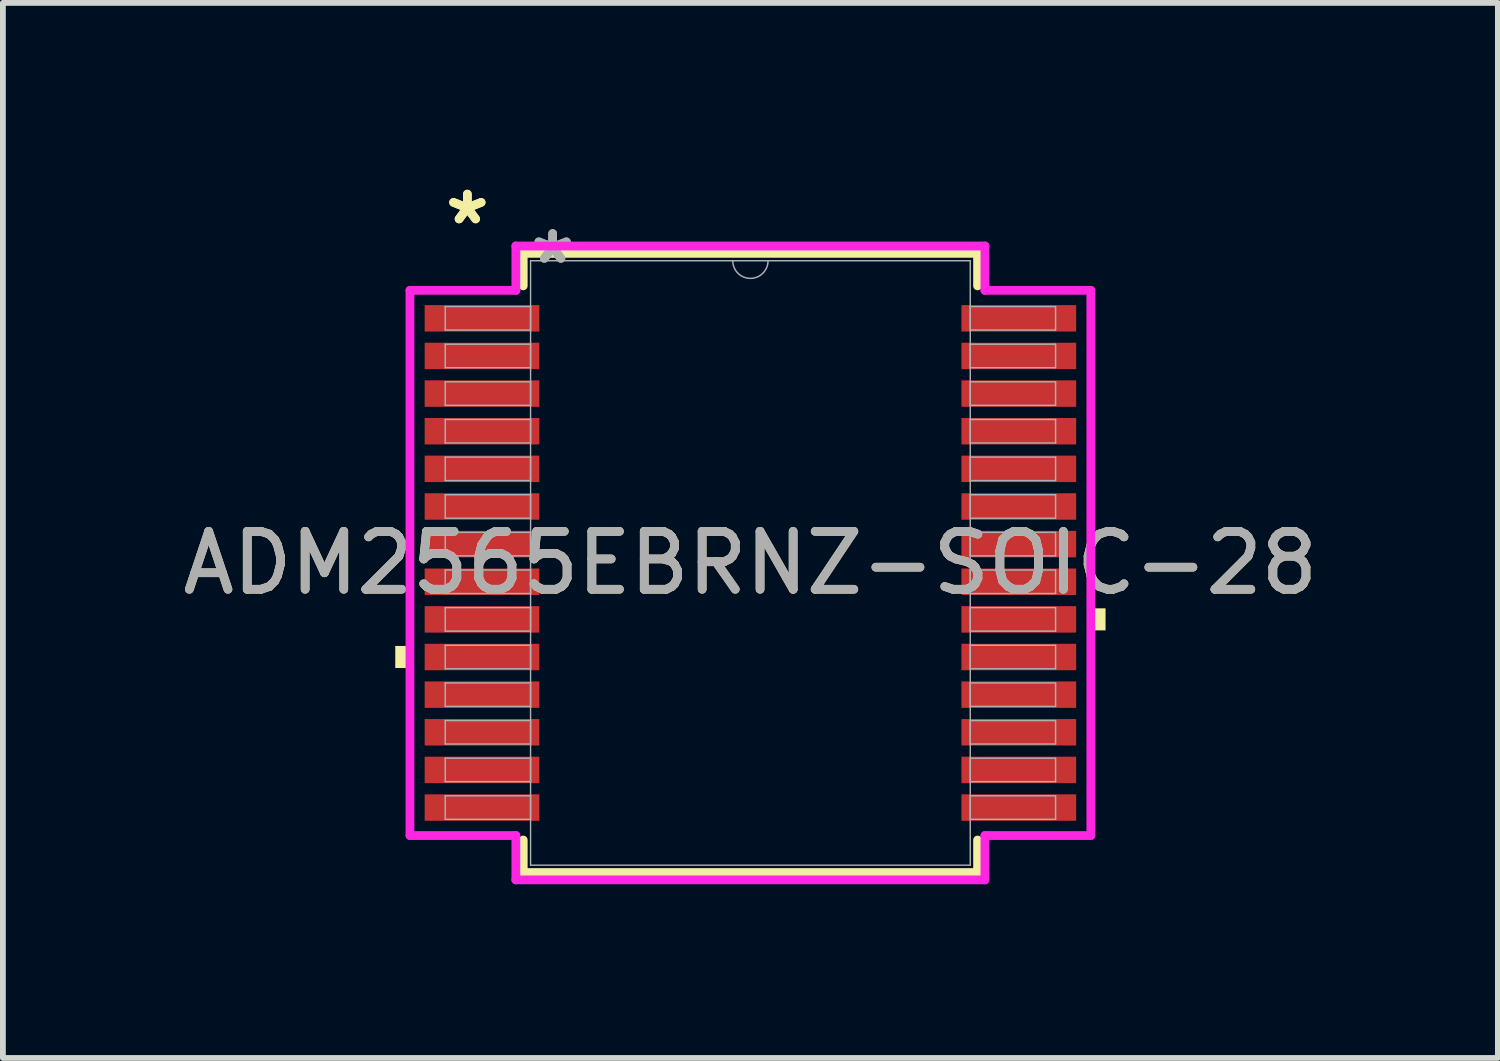
<source format=kicad_pcb>
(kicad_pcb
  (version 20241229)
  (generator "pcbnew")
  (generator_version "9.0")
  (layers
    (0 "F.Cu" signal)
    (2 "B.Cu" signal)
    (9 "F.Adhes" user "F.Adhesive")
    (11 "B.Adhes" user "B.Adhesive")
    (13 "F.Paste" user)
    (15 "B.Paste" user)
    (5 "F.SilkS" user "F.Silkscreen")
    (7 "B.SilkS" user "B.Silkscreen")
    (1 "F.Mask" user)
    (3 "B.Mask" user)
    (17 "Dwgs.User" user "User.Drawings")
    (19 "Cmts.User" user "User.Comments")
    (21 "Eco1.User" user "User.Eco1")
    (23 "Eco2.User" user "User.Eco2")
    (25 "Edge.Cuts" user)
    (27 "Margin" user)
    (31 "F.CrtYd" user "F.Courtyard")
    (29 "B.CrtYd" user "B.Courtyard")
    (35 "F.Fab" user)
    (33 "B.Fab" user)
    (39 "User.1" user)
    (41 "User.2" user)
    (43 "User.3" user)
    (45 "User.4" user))
  (footprint "ADM2565EBRNZ-SOIC-28"
    (layer "F.Cu")
    (at 9.911 6.673)
    (property "Reference" "ADM2565EBRNZ-SOIC-28" (at 0 0 0) (unlocked yes) (layer "F.SilkS") (effects (font (size 1 1) (thickness 0.15))))
    (attr smd)
    (fp_line (start -3.924 -5.347) (end -3.924 -4.786) (stroke (width 0.152) (type solid)) (layer "F.SilkS"))
    (fp_line (start -3.924 4.786) (end -3.924 5.347) (stroke (width 0.152) (type solid)) (layer "F.SilkS"))
    (fp_line (start -3.924 5.347) (end 3.924 5.347) (stroke (width 0.152) (type solid)) (layer "F.SilkS"))
    (fp_line (start 3.924 -5.347) (end -3.924 -5.347) (stroke (width 0.152) (type solid)) (layer "F.SilkS"))
    (fp_line (start 3.924 -4.786) (end 3.924 -5.347) (stroke (width 0.152) (type solid)) (layer "F.SilkS"))
    (fp_line (start 3.924 5.347) (end 3.924 4.786) (stroke (width 0.152) (type solid)) (layer "F.SilkS"))
    (fp_poly (pts (xy -6.134 1.434) (xy -6.134 1.815) (xy -5.88 1.815) (xy -5.88 1.434)) (stroke (width 0) (type solid)) (fill yes) (layer "F.SilkS"))
    (fp_poly (pts (xy 6.134 0.784) (xy 6.134 1.165) (xy 5.88 1.165) (xy 5.88 0.784)) (stroke (width 0) (type solid)) (fill yes) (layer "F.SilkS"))
    (fp_line (start -5.88 -4.708) (end -4.051 -4.708) (stroke (width 0.152) (type solid)) (layer "F.CrtYd"))
    (fp_line (start -5.88 4.708) (end -5.88 -4.708) (stroke (width 0.152) (type solid)) (layer "F.CrtYd"))
    (fp_line (start -5.88 4.708) (end -4.051 4.708) (stroke (width 0.152) (type solid)) (layer "F.CrtYd"))
    (fp_line (start -4.051 -5.474) (end 4.051 -5.474) (stroke (width 0.152) (type solid)) (layer "F.CrtYd"))
    (fp_line (start -4.051 -4.708) (end -4.051 -5.474) (stroke (width 0.152) (type solid)) (layer "F.CrtYd"))
    (fp_line (start -4.051 5.474) (end -4.051 4.708) (stroke (width 0.152) (type solid)) (layer "F.CrtYd"))
    (fp_line (start 4.051 -5.474) (end 4.051 -4.708) (stroke (width 0.152) (type solid)) (layer "F.CrtYd"))
    (fp_line (start 4.051 4.708) (end 4.051 5.474) (stroke (width 0.152) (type solid)) (layer "F.CrtYd"))
    (fp_line (start 4.051 5.474) (end -4.051 5.474) (stroke (width 0.152) (type solid)) (layer "F.CrtYd"))
    (fp_line (start 5.88 -4.708) (end 4.051 -4.708) (stroke (width 0.152) (type solid)) (layer "F.CrtYd"))
    (fp_line (start 5.88 -4.708) (end 5.88 4.708) (stroke (width 0.152) (type solid)) (layer "F.CrtYd"))
    (fp_line (start 5.88 4.708) (end 4.051 4.708) (stroke (width 0.152) (type solid)) (layer "F.CrtYd"))
    (fp_line (start -5.271 -4.428) (end -5.271 -4.022) (stroke (width 0.025) (type solid)) (layer "F.Fab"))
    (fp_line (start -5.271 -4.022) (end -3.797 -4.022) (stroke (width 0.025) (type solid)) (layer "F.Fab"))
    (fp_line (start -5.271 -3.778) (end -5.271 -3.372) (stroke (width 0.025) (type solid)) (layer "F.Fab"))
    (fp_line (start -5.271 -3.372) (end -3.797 -3.372) (stroke (width 0.025) (type solid)) (layer "F.Fab"))
    (fp_line (start -5.271 -3.128) (end -5.271 -2.722) (stroke (width 0.025) (type solid)) (layer "F.Fab"))
    (fp_line (start -5.271 -2.722) (end -3.797 -2.722) (stroke (width 0.025) (type solid)) (layer "F.Fab"))
    (fp_line (start -5.271 -2.478) (end -5.271 -2.072) (stroke (width 0.025) (type solid)) (layer "F.Fab"))
    (fp_line (start -5.271 -2.072) (end -3.797 -2.072) (stroke (width 0.025) (type solid)) (layer "F.Fab"))
    (fp_line (start -5.271 -1.828) (end -5.271 -1.422) (stroke (width 0.025) (type solid)) (layer "F.Fab"))
    (fp_line (start -5.271 -1.422) (end -3.797 -1.422) (stroke (width 0.025) (type solid)) (layer "F.Fab"))
    (fp_line (start -5.271 -1.178) (end -5.271 -0.772) (stroke (width 0.025) (type solid)) (layer "F.Fab"))
    (fp_line (start -5.271 -0.772) (end -3.797 -0.772) (stroke (width 0.025) (type solid)) (layer "F.Fab"))
    (fp_line (start -5.271 -0.528) (end -5.271 -0.122) (stroke (width 0.025) (type solid)) (layer "F.Fab"))
    (fp_line (start -5.271 -0.122) (end -3.797 -0.122) (stroke (width 0.025) (type solid)) (layer "F.Fab"))
    (fp_line (start -5.271 0.122) (end -5.271 0.528) (stroke (width 0.025) (type solid)) (layer "F.Fab"))
    (fp_line (start -5.271 0.528) (end -3.797 0.528) (stroke (width 0.025) (type solid)) (layer "F.Fab"))
    (fp_line (start -5.271 0.772) (end -5.271 1.178) (stroke (width 0.025) (type solid)) (layer "F.Fab"))
    (fp_line (start -5.271 1.178) (end -3.797 1.178) (stroke (width 0.025) (type solid)) (layer "F.Fab"))
    (fp_line (start -5.271 1.422) (end -5.271 1.828) (stroke (width 0.025) (type solid)) (layer "F.Fab"))
    (fp_line (start -5.271 1.828) (end -3.797 1.828) (stroke (width 0.025) (type solid)) (layer "F.Fab"))
    (fp_line (start -5.271 2.072) (end -5.271 2.478) (stroke (width 0.025) (type solid)) (layer "F.Fab"))
    (fp_line (start -5.271 2.478) (end -3.797 2.478) (stroke (width 0.025) (type solid)) (layer "F.Fab"))
    (fp_line (start -5.271 2.722) (end -5.271 3.128) (stroke (width 0.025) (type solid)) (layer "F.Fab"))
    (fp_line (start -5.271 3.128) (end -3.797 3.128) (stroke (width 0.025) (type solid)) (layer "F.Fab"))
    (fp_line (start -5.271 3.372) (end -5.271 3.778) (stroke (width 0.025) (type solid)) (layer "F.Fab"))
    (fp_line (start -5.271 3.778) (end -3.797 3.778) (stroke (width 0.025) (type solid)) (layer "F.Fab"))
    (fp_line (start -5.271 4.022) (end -5.271 4.428) (stroke (width 0.025) (type solid)) (layer "F.Fab"))
    (fp_line (start -5.271 4.428) (end -3.797 4.428) (stroke (width 0.025) (type solid)) (layer "F.Fab"))
    (fp_line (start -3.797 -5.22) (end -3.797 5.22) (stroke (width 0.025) (type solid)) (layer "F.Fab"))
    (fp_line (start -3.797 -4.428) (end -5.271 -4.428) (stroke (width 0.025) (type solid)) (layer "F.Fab"))
    (fp_line (start -3.797 -4.022) (end -3.797 -4.428) (stroke (width 0.025) (type solid)) (layer "F.Fab"))
    (fp_line (start -3.797 -3.778) (end -5.271 -3.778) (stroke (width 0.025) (type solid)) (layer "F.Fab"))
    (fp_line (start -3.797 -3.372) (end -3.797 -3.778) (stroke (width 0.025) (type solid)) (layer "F.Fab"))
    (fp_line (start -3.797 -3.128) (end -5.271 -3.128) (stroke (width 0.025) (type solid)) (layer "F.Fab"))
    (fp_line (start -3.797 -2.722) (end -3.797 -3.128) (stroke (width 0.025) (type solid)) (layer "F.Fab"))
    (fp_line (start -3.797 -2.478) (end -5.271 -2.478) (stroke (width 0.025) (type solid)) (layer "F.Fab"))
    (fp_line (start -3.797 -2.072) (end -3.797 -2.478) (stroke (width 0.025) (type solid)) (layer "F.Fab"))
    (fp_line (start -3.797 -1.828) (end -5.271 -1.828) (stroke (width 0.025) (type solid)) (layer "F.Fab"))
    (fp_line (start -3.797 -1.422) (end -3.797 -1.828) (stroke (width 0.025) (type solid)) (layer "F.Fab"))
    (fp_line (start -3.797 -1.178) (end -5.271 -1.178) (stroke (width 0.025) (type solid)) (layer "F.Fab"))
    (fp_line (start -3.797 -0.772) (end -3.797 -1.178) (stroke (width 0.025) (type solid)) (layer "F.Fab"))
    (fp_line (start -3.797 -0.528) (end -5.271 -0.528) (stroke (width 0.025) (type solid)) (layer "F.Fab"))
    (fp_line (start -3.797 -0.122) (end -3.797 -0.528) (stroke (width 0.025) (type solid)) (layer "F.Fab"))
    (fp_line (start -3.797 0.122) (end -5.271 0.122) (stroke (width 0.025) (type solid)) (layer "F.Fab"))
    (fp_line (start -3.797 0.528) (end -3.797 0.122) (stroke (width 0.025) (type solid)) (layer "F.Fab"))
    (fp_line (start -3.797 0.772) (end -5.271 0.772) (stroke (width 0.025) (type solid)) (layer "F.Fab"))
    (fp_line (start -3.797 1.178) (end -3.797 0.772) (stroke (width 0.025) (type solid)) (layer "F.Fab"))
    (fp_line (start -3.797 1.422) (end -5.271 1.422) (stroke (width 0.025) (type solid)) (layer "F.Fab"))
    (fp_line (start -3.797 1.828) (end -3.797 1.422) (stroke (width 0.025) (type solid)) (layer "F.Fab"))
    (fp_line (start -3.797 2.072) (end -5.271 2.072) (stroke (width 0.025) (type solid)) (layer "F.Fab"))
    (fp_line (start -3.797 2.478) (end -3.797 2.072) (stroke (width 0.025) (type solid)) (layer "F.Fab"))
    (fp_line (start -3.797 2.722) (end -5.271 2.722) (stroke (width 0.025) (type solid)) (layer "F.Fab"))
    (fp_line (start -3.797 3.128) (end -3.797 2.722) (stroke (width 0.025) (type solid)) (layer "F.Fab"))
    (fp_line (start -3.797 3.372) (end -5.271 3.372) (stroke (width 0.025) (type solid)) (layer "F.Fab"))
    (fp_line (start -3.797 3.778) (end -3.797 3.372) (stroke (width 0.025) (type solid)) (layer "F.Fab"))
    (fp_line (start -3.797 4.022) (end -5.271 4.022) (stroke (width 0.025) (type solid)) (layer "F.Fab"))
    (fp_line (start -3.797 4.428) (end -3.797 4.022) (stroke (width 0.025) (type solid)) (layer "F.Fab"))
    (fp_line (start -3.797 5.22) (end 3.797 5.22) (stroke (width 0.025) (type solid)) (layer "F.Fab"))
    (fp_line (start 3.797 -5.22) (end -3.797 -5.22) (stroke (width 0.025) (type solid)) (layer "F.Fab"))
    (fp_line (start 3.797 -4.428) (end 3.797 -4.022) (stroke (width 0.025) (type solid)) (layer "F.Fab"))
    (fp_line (start 3.797 -4.022) (end 5.271 -4.022) (stroke (width 0.025) (type solid)) (layer "F.Fab"))
    (fp_line (start 3.797 -3.778) (end 3.797 -3.372) (stroke (width 0.025) (type solid)) (layer "F.Fab"))
    (fp_line (start 3.797 -3.372) (end 5.271 -3.372) (stroke (width 0.025) (type solid)) (layer "F.Fab"))
    (fp_line (start 3.797 -3.128) (end 3.797 -2.722) (stroke (width 0.025) (type solid)) (layer "F.Fab"))
    (fp_line (start 3.797 -2.722) (end 5.271 -2.722) (stroke (width 0.025) (type solid)) (layer "F.Fab"))
    (fp_line (start 3.797 -2.478) (end 3.797 -2.072) (stroke (width 0.025) (type solid)) (layer "F.Fab"))
    (fp_line (start 3.797 -2.072) (end 5.271 -2.072) (stroke (width 0.025) (type solid)) (layer "F.Fab"))
    (fp_line (start 3.797 -1.828) (end 3.797 -1.422) (stroke (width 0.025) (type solid)) (layer "F.Fab"))
    (fp_line (start 3.797 -1.422) (end 5.271 -1.422) (stroke (width 0.025) (type solid)) (layer "F.Fab"))
    (fp_line (start 3.797 -1.178) (end 3.797 -0.772) (stroke (width 0.025) (type solid)) (layer "F.Fab"))
    (fp_line (start 3.797 -0.772) (end 5.271 -0.772) (stroke (width 0.025) (type solid)) (layer "F.Fab"))
    (fp_line (start 3.797 -0.528) (end 3.797 -0.122) (stroke (width 0.025) (type solid)) (layer "F.Fab"))
    (fp_line (start 3.797 -0.122) (end 5.271 -0.122) (stroke (width 0.025) (type solid)) (layer "F.Fab"))
    (fp_line (start 3.797 0.122) (end 3.797 0.528) (stroke (width 0.025) (type solid)) (layer "F.Fab"))
    (fp_line (start 3.797 0.528) (end 5.271 0.528) (stroke (width 0.025) (type solid)) (layer "F.Fab"))
    (fp_line (start 3.797 0.772) (end 3.797 1.178) (stroke (width 0.025) (type solid)) (layer "F.Fab"))
    (fp_line (start 3.797 1.178) (end 5.271 1.178) (stroke (width 0.025) (type solid)) (layer "F.Fab"))
    (fp_line (start 3.797 1.422) (end 3.797 1.828) (stroke (width 0.025) (type solid)) (layer "F.Fab"))
    (fp_line (start 3.797 1.828) (end 5.271 1.828) (stroke (width 0.025) (type solid)) (layer "F.Fab"))
    (fp_line (start 3.797 2.072) (end 3.797 2.478) (stroke (width 0.025) (type solid)) (layer "F.Fab"))
    (fp_line (start 3.797 2.478) (end 5.271 2.478) (stroke (width 0.025) (type solid)) (layer "F.Fab"))
    (fp_line (start 3.797 2.722) (end 3.797 3.128) (stroke (width 0.025) (type solid)) (layer "F.Fab"))
    (fp_line (start 3.797 3.128) (end 5.271 3.128) (stroke (width 0.025) (type solid)) (layer "F.Fab"))
    (fp_line (start 3.797 3.372) (end 3.797 3.778) (stroke (width 0.025) (type solid)) (layer "F.Fab"))
    (fp_line (start 3.797 3.778) (end 5.271 3.778) (stroke (width 0.025) (type solid)) (layer "F.Fab"))
    (fp_line (start 3.797 4.022) (end 3.797 4.428) (stroke (width 0.025) (type solid)) (layer "F.Fab"))
    (fp_line (start 3.797 4.428) (end 5.271 4.428) (stroke (width 0.025) (type solid)) (layer "F.Fab"))
    (fp_line (start 3.797 5.22) (end 3.797 -5.22) (stroke (width 0.025) (type solid)) (layer "F.Fab"))
    (fp_line (start 5.271 -4.428) (end 3.797 -4.428) (stroke (width 0.025) (type solid)) (layer "F.Fab"))
    (fp_line (start 5.271 -4.022) (end 5.271 -4.428) (stroke (width 0.025) (type solid)) (layer "F.Fab"))
    (fp_line (start 5.271 -3.778) (end 3.797 -3.778) (stroke (width 0.025) (type solid)) (layer "F.Fab"))
    (fp_line (start 5.271 -3.372) (end 5.271 -3.778) (stroke (width 0.025) (type solid)) (layer "F.Fab"))
    (fp_line (start 5.271 -3.128) (end 3.797 -3.128) (stroke (width 0.025) (type solid)) (layer "F.Fab"))
    (fp_line (start 5.271 -2.722) (end 5.271 -3.128) (stroke (width 0.025) (type solid)) (layer "F.Fab"))
    (fp_line (start 5.271 -2.478) (end 3.797 -2.478) (stroke (width 0.025) (type solid)) (layer "F.Fab"))
    (fp_line (start 5.271 -2.072) (end 5.271 -2.478) (stroke (width 0.025) (type solid)) (layer "F.Fab"))
    (fp_line (start 5.271 -1.828) (end 3.797 -1.828) (stroke (width 0.025) (type solid)) (layer "F.Fab"))
    (fp_line (start 5.271 -1.422) (end 5.271 -1.828) (stroke (width 0.025) (type solid)) (layer "F.Fab"))
    (fp_line (start 5.271 -1.178) (end 3.797 -1.178) (stroke (width 0.025) (type solid)) (layer "F.Fab"))
    (fp_line (start 5.271 -0.772) (end 5.271 -1.178) (stroke (width 0.025) (type solid)) (layer "F.Fab"))
    (fp_line (start 5.271 -0.528) (end 3.797 -0.528) (stroke (width 0.025) (type solid)) (layer "F.Fab"))
    (fp_line (start 5.271 -0.122) (end 5.271 -0.528) (stroke (width 0.025) (type solid)) (layer "F.Fab"))
    (fp_line (start 5.271 0.122) (end 3.797 0.122) (stroke (width 0.025) (type solid)) (layer "F.Fab"))
    (fp_line (start 5.271 0.528) (end 5.271 0.122) (stroke (width 0.025) (type solid)) (layer "F.Fab"))
    (fp_line (start 5.271 0.772) (end 3.797 0.772) (stroke (width 0.025) (type solid)) (layer "F.Fab"))
    (fp_line (start 5.271 1.178) (end 5.271 0.772) (stroke (width 0.025) (type solid)) (layer "F.Fab"))
    (fp_line (start 5.271 1.422) (end 3.797 1.422) (stroke (width 0.025) (type solid)) (layer "F.Fab"))
    (fp_line (start 5.271 1.828) (end 5.271 1.422) (stroke (width 0.025) (type solid)) (layer "F.Fab"))
    (fp_line (start 5.271 2.072) (end 3.797 2.072) (stroke (width 0.025) (type solid)) (layer "F.Fab"))
    (fp_line (start 5.271 2.478) (end 5.271 2.072) (stroke (width 0.025) (type solid)) (layer "F.Fab"))
    (fp_line (start 5.271 2.722) (end 3.797 2.722) (stroke (width 0.025) (type solid)) (layer "F.Fab"))
    (fp_line (start 5.271 3.128) (end 5.271 2.722) (stroke (width 0.025) (type solid)) (layer "F.Fab"))
    (fp_line (start 5.271 3.372) (end 3.797 3.372) (stroke (width 0.025) (type solid)) (layer "F.Fab"))
    (fp_line (start 5.271 3.778) (end 5.271 3.372) (stroke (width 0.025) (type solid)) (layer "F.Fab"))
    (fp_line (start 5.271 4.022) (end 3.797 4.022) (stroke (width 0.025) (type solid)) (layer "F.Fab"))
    (fp_line (start 5.271 4.428) (end 5.271 4.022) (stroke (width 0.025) (type solid)) (layer "F.Fab"))
    (fp_arc (start 0.3048 -5.2197) (mid 0 -4.9149) (end -0.3048 -5.2197) (stroke (width 0.0254) (type solid)) (layer "F.Fab"))
    (fp_text user "*" (at -4.889 -5.825 0) (unlocked yes) (layer "F.SilkS") (effects (font (size 1 1) (thickness 0.15))))
    (fp_text user "*" (at -4.889 -5.825 0) (layer "F.SilkS") (effects (font (size 1 1) (thickness 0.15))))
    (fp_text user "*" (at -3.416 -5.144 0) (unlocked yes) (layer "F.Fab") (effects (font (size 1 1) (thickness 0.15))))
    (fp_text user "${REFERENCE}" (at 0 0 0) (unlocked yes) (layer "F.Fab") (effects (font (size 1 1) (thickness 0.15))))
    (fp_text user "*" (at -3.416 -5.144 0) (layer "F.Fab") (effects (font (size 1 1) (thickness 0.15))))
    (pad "1" smd rect (at -4.636 -4.225) (size 1.981 0.457) (layers "F.Cu" "F.Mask" "F.Paste"))
    (pad "2" smd rect (at -4.636 -3.575) (size 1.981 0.457) (layers "F.Cu" "F.Mask" "F.Paste"))
    (pad "3" smd rect (at -4.636 -2.925) (size 1.981 0.457) (layers "F.Cu" "F.Mask" "F.Paste"))
    (pad "4" smd rect (at -4.636 -2.275) (size 1.981 0.457) (layers "F.Cu" "F.Mask" "F.Paste"))
    (pad "5" smd rect (at -4.636 -1.625) (size 1.981 0.457) (layers "F.Cu" "F.Mask" "F.Paste"))
    (pad "6" smd rect (at -4.636 -0.975) (size 1.981 0.457) (layers "F.Cu" "F.Mask" "F.Paste"))
    (pad "7" smd rect (at -4.636 -0.325) (size 1.981 0.457) (layers "F.Cu" "F.Mask" "F.Paste"))
    (pad "8" smd rect (at -4.636 0.325) (size 1.981 0.457) (layers "F.Cu" "F.Mask" "F.Paste"))
    (pad "9" smd rect (at -4.636 0.975) (size 1.981 0.457) (layers "F.Cu" "F.Mask" "F.Paste"))
    (pad "10" smd rect (at -4.636 1.625) (size 1.981 0.457) (layers "F.Cu" "F.Mask" "F.Paste"))
    (pad "11" smd rect (at -4.636 2.275) (size 1.981 0.457) (layers "F.Cu" "F.Mask" "F.Paste"))
    (pad "12" smd rect (at -4.636 2.925) (size 1.981 0.457) (layers "F.Cu" "F.Mask" "F.Paste"))
    (pad "13" smd rect (at -4.636 3.575) (size 1.981 0.457) (layers "F.Cu" "F.Mask" "F.Paste"))
    (pad "14" smd rect (at -4.636 4.225) (size 1.981 0.457) (layers "F.Cu" "F.Mask" "F.Paste"))
    (pad "15" smd rect (at 4.636 4.225) (size 1.981 0.457) (layers "F.Cu" "F.Mask" "F.Paste"))
    (pad "16" smd rect (at 4.636 3.575) (size 1.981 0.457) (layers "F.Cu" "F.Mask" "F.Paste"))
    (pad "17" smd rect (at 4.636 2.925) (size 1.981 0.457) (layers "F.Cu" "F.Mask" "F.Paste"))
    (pad "18" smd rect (at 4.636 2.275) (size 1.981 0.457) (layers "F.Cu" "F.Mask" "F.Paste"))
    (pad "19" smd rect (at 4.636 1.625) (size 1.981 0.457) (layers "F.Cu" "F.Mask" "F.Paste"))
    (pad "20" smd rect (at 4.636 0.975) (size 1.981 0.457) (layers "F.Cu" "F.Mask" "F.Paste"))
    (pad "21" smd rect (at 4.636 0.325) (size 1.981 0.457) (layers "F.Cu" "F.Mask" "F.Paste"))
    (pad "22" smd rect (at 4.636 -0.325) (size 1.981 0.457) (layers "F.Cu" "F.Mask" "F.Paste"))
    (pad "23" smd rect (at 4.636 -0.975) (size 1.981 0.457) (layers "F.Cu" "F.Mask" "F.Paste"))
    (pad "24" smd rect (at 4.636 -1.625) (size 1.981 0.457) (layers "F.Cu" "F.Mask" "F.Paste"))
    (pad "25" smd rect (at 4.636 -2.275) (size 1.981 0.457) (layers "F.Cu" "F.Mask" "F.Paste"))
    (pad "26" smd rect (at 4.636 -2.925) (size 1.981 0.457) (layers "F.Cu" "F.Mask" "F.Paste"))
    (pad "27" smd rect (at 4.636 -3.575) (size 1.981 0.457) (layers "F.Cu" "F.Mask" "F.Paste"))
    (pad "28" smd rect (at 4.636 -4.225) (size 1.981 0.457) (layers "F.Cu" "F.Mask" "F.Paste")))
  (gr_rect
    (start -3 -3)
    (end 22.821 15.223)
    (stroke (width 0.1) (type default))
    (fill no)
    (layer "Edge.Cuts")))
</source>
